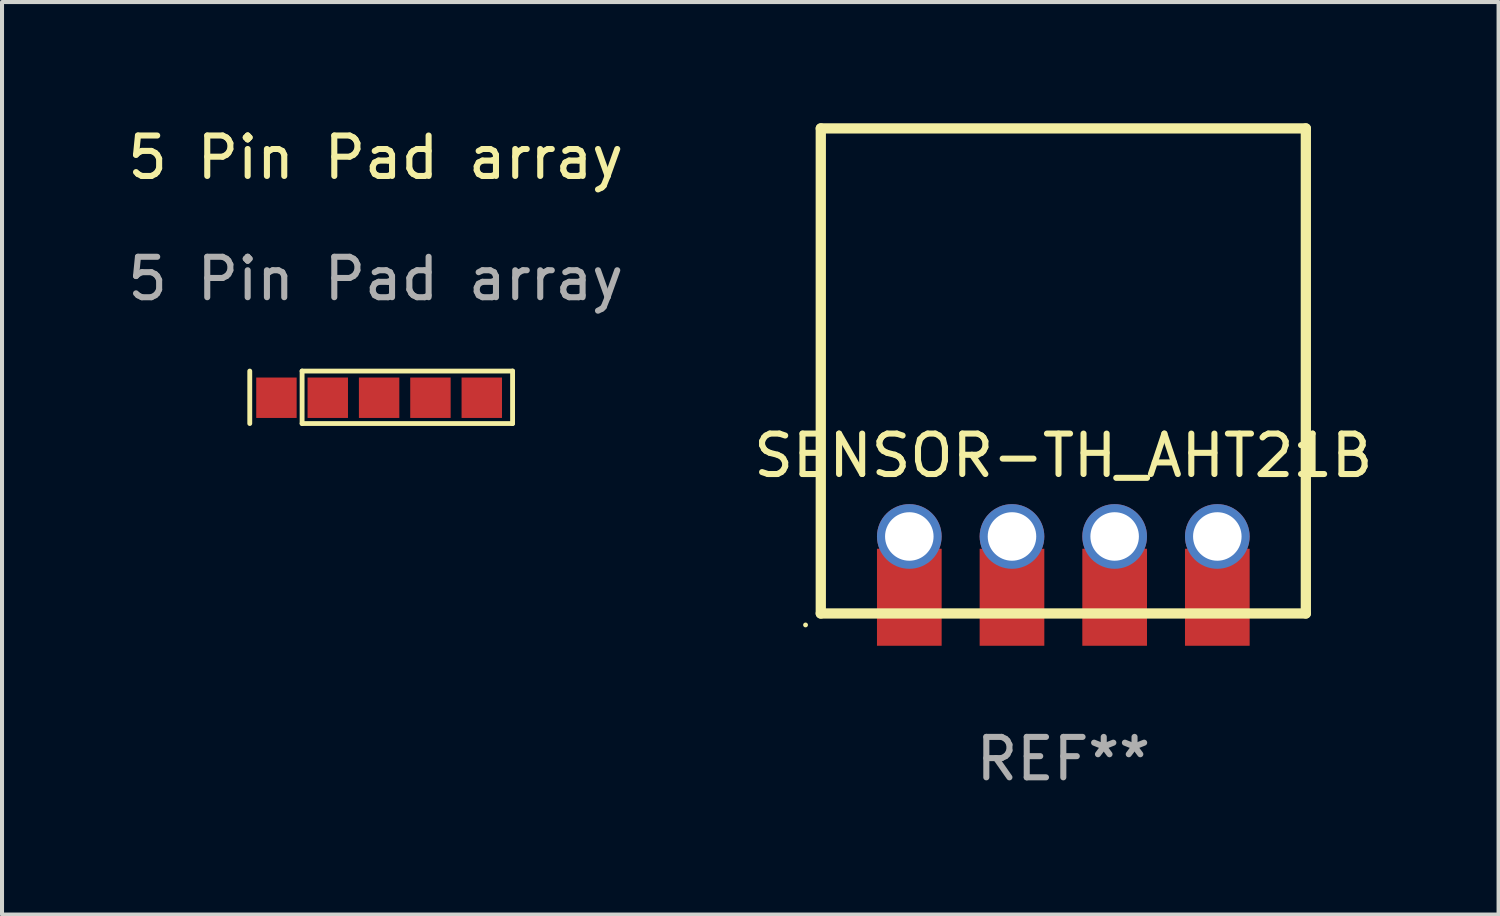
<source format=kicad_pcb>
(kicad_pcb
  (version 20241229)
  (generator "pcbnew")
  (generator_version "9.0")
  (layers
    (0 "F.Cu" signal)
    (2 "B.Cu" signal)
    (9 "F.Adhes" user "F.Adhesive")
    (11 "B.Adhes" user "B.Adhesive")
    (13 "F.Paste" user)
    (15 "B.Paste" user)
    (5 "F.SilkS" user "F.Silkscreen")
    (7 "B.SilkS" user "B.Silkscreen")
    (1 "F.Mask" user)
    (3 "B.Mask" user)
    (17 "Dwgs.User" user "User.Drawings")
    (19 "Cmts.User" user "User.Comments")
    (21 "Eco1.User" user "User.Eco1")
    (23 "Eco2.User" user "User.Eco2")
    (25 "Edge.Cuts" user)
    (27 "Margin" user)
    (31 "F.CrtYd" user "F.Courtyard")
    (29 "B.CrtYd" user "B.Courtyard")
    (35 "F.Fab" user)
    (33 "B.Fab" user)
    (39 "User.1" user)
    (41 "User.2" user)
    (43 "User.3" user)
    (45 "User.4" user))
  (footprint "SENSOR-TH_AHT21B"
    (layer "F.Cu")
    (at 23.256 10.974)
    (property "Reference" "SENSOR-TH_AHT21B" (at 0 -2.752 0) (layer "F.SilkS") (effects (font (size 1 1) (thickness 0.15))))
    (attr through_hole)
    (fp_line (start -6 -10.847) (end -6 1.153) (stroke (width 0.254) (type solid)) (layer "F.SilkS"))
    (fp_line (start -6 1.153) (end 6 1.153) (stroke (width 0.254) (type solid)) (layer "F.SilkS"))
    (fp_line (start 6 -10.847) (end -6 -10.847) (stroke (width 0.254) (type solid)) (layer "F.SilkS"))
    (fp_line (start 6 1.153) (end 6 -10.847) (stroke (width 0.254) (type solid)) (layer "F.SilkS"))
    (fp_circle (center -6.377 1.437) (end -6.347 1.437) (stroke (width 0.06) (type solid)) (fill no) (layer "F.SilkS"))
    (fp_text user "REF**" (at 0 4.752 0) (layer "F.Fab") (effects (font (size 1 1) (thickness 0.15))))
    (pad "1" thru_hole circle (at -3.81 -0.752) (size 1.6 1.6) (drill 1.2) (layers "*.Cu" "*.Mask"))
    (pad "1" smd rect (at -3.81 0.752) (size 1.6 2.4) (layers "F.Cu" "F.Mask" "F.Paste"))
    (pad "2" thru_hole circle (at -1.27 -0.752) (size 1.6 1.6) (drill 1.2) (layers "*.Cu" "*.Mask"))
    (pad "2" smd rect (at -1.27 0.752) (size 1.6 2.4) (layers "F.Cu" "F.Mask" "F.Paste"))
    (pad "3" thru_hole circle (at 1.27 -0.752) (size 1.6 1.6) (drill 1.2) (layers "*.Cu" "*.Mask"))
    (pad "3" smd rect (at 1.27 0.752) (size 1.6 2.4) (layers "F.Cu" "F.Mask" "F.Paste"))
    (pad "4" thru_hole circle (at 3.81 -0.752) (size 1.6 1.6) (drill 1.2) (layers "*.Cu" "*.Mask"))
    (pad "4" smd rect (at 3.81 0.752) (size 1.6 2.4) (layers "F.Cu" "F.Mask" "F.Paste")))
  (footprint "5 Pin Pad array"
    (layer "F.Cu")
    (at 3.129 6.13)
    (property "Reference" "5 Pin Pad array" (at 3.115 -5.282 0) (unlocked yes) (layer "F.SilkS") (effects (font (size 1 1) (thickness 0.15))))
    (attr smd)
    (fp_line (start 0 1.298) (end 0 0) (stroke (width 0.12) (type solid)) (layer "F.SilkS"))
    (fp_line (start 1.295 0) (end 6.502 0) (stroke (width 0.12) (type solid)) (layer "F.SilkS"))
    (fp_line (start 1.295 1.298) (end 1.295 0) (stroke (width 0.12) (type solid)) (layer "F.SilkS"))
    (fp_line (start 6.502 0) (end 6.502 1.298) (stroke (width 0.12) (type default)) (layer "F.SilkS"))
    (fp_line (start 6.502 1.298) (end 1.295 1.298) (stroke (width 0.12) (type solid)) (layer "F.SilkS"))
    (fp_text user "${REFERENCE}" (at 3.115 -2.282 0) (unlocked yes) (layer "F.Fab") (effects (font (size 1 1) (thickness 0.15))))
    (pad "1" smd rect (at 0.66 0.66) (size 1 1) (layers "F.Cu" "F.Mask"))
    (pad "2" smd rect (at 1.93 0.66) (size 1 1) (layers "F.Cu" "F.Mask"))
    (pad "3" smd rect (at 3.2 0.66) (size 1 1) (layers "F.Cu" "F.Mask"))
    (pad "4" smd rect (at 4.47 0.66) (size 1 1) (layers "F.Cu" "F.Mask"))
    (pad "5" smd rect (at 5.74 0.66) (size 1 1) (layers "F.Cu" "F.Mask")))
  (gr_rect
    (start -3 -3)
    (end 34.024 19.575)
    (stroke (width 0.1) (type default))
    (fill no)
    (layer "Edge.Cuts")))
</source>
